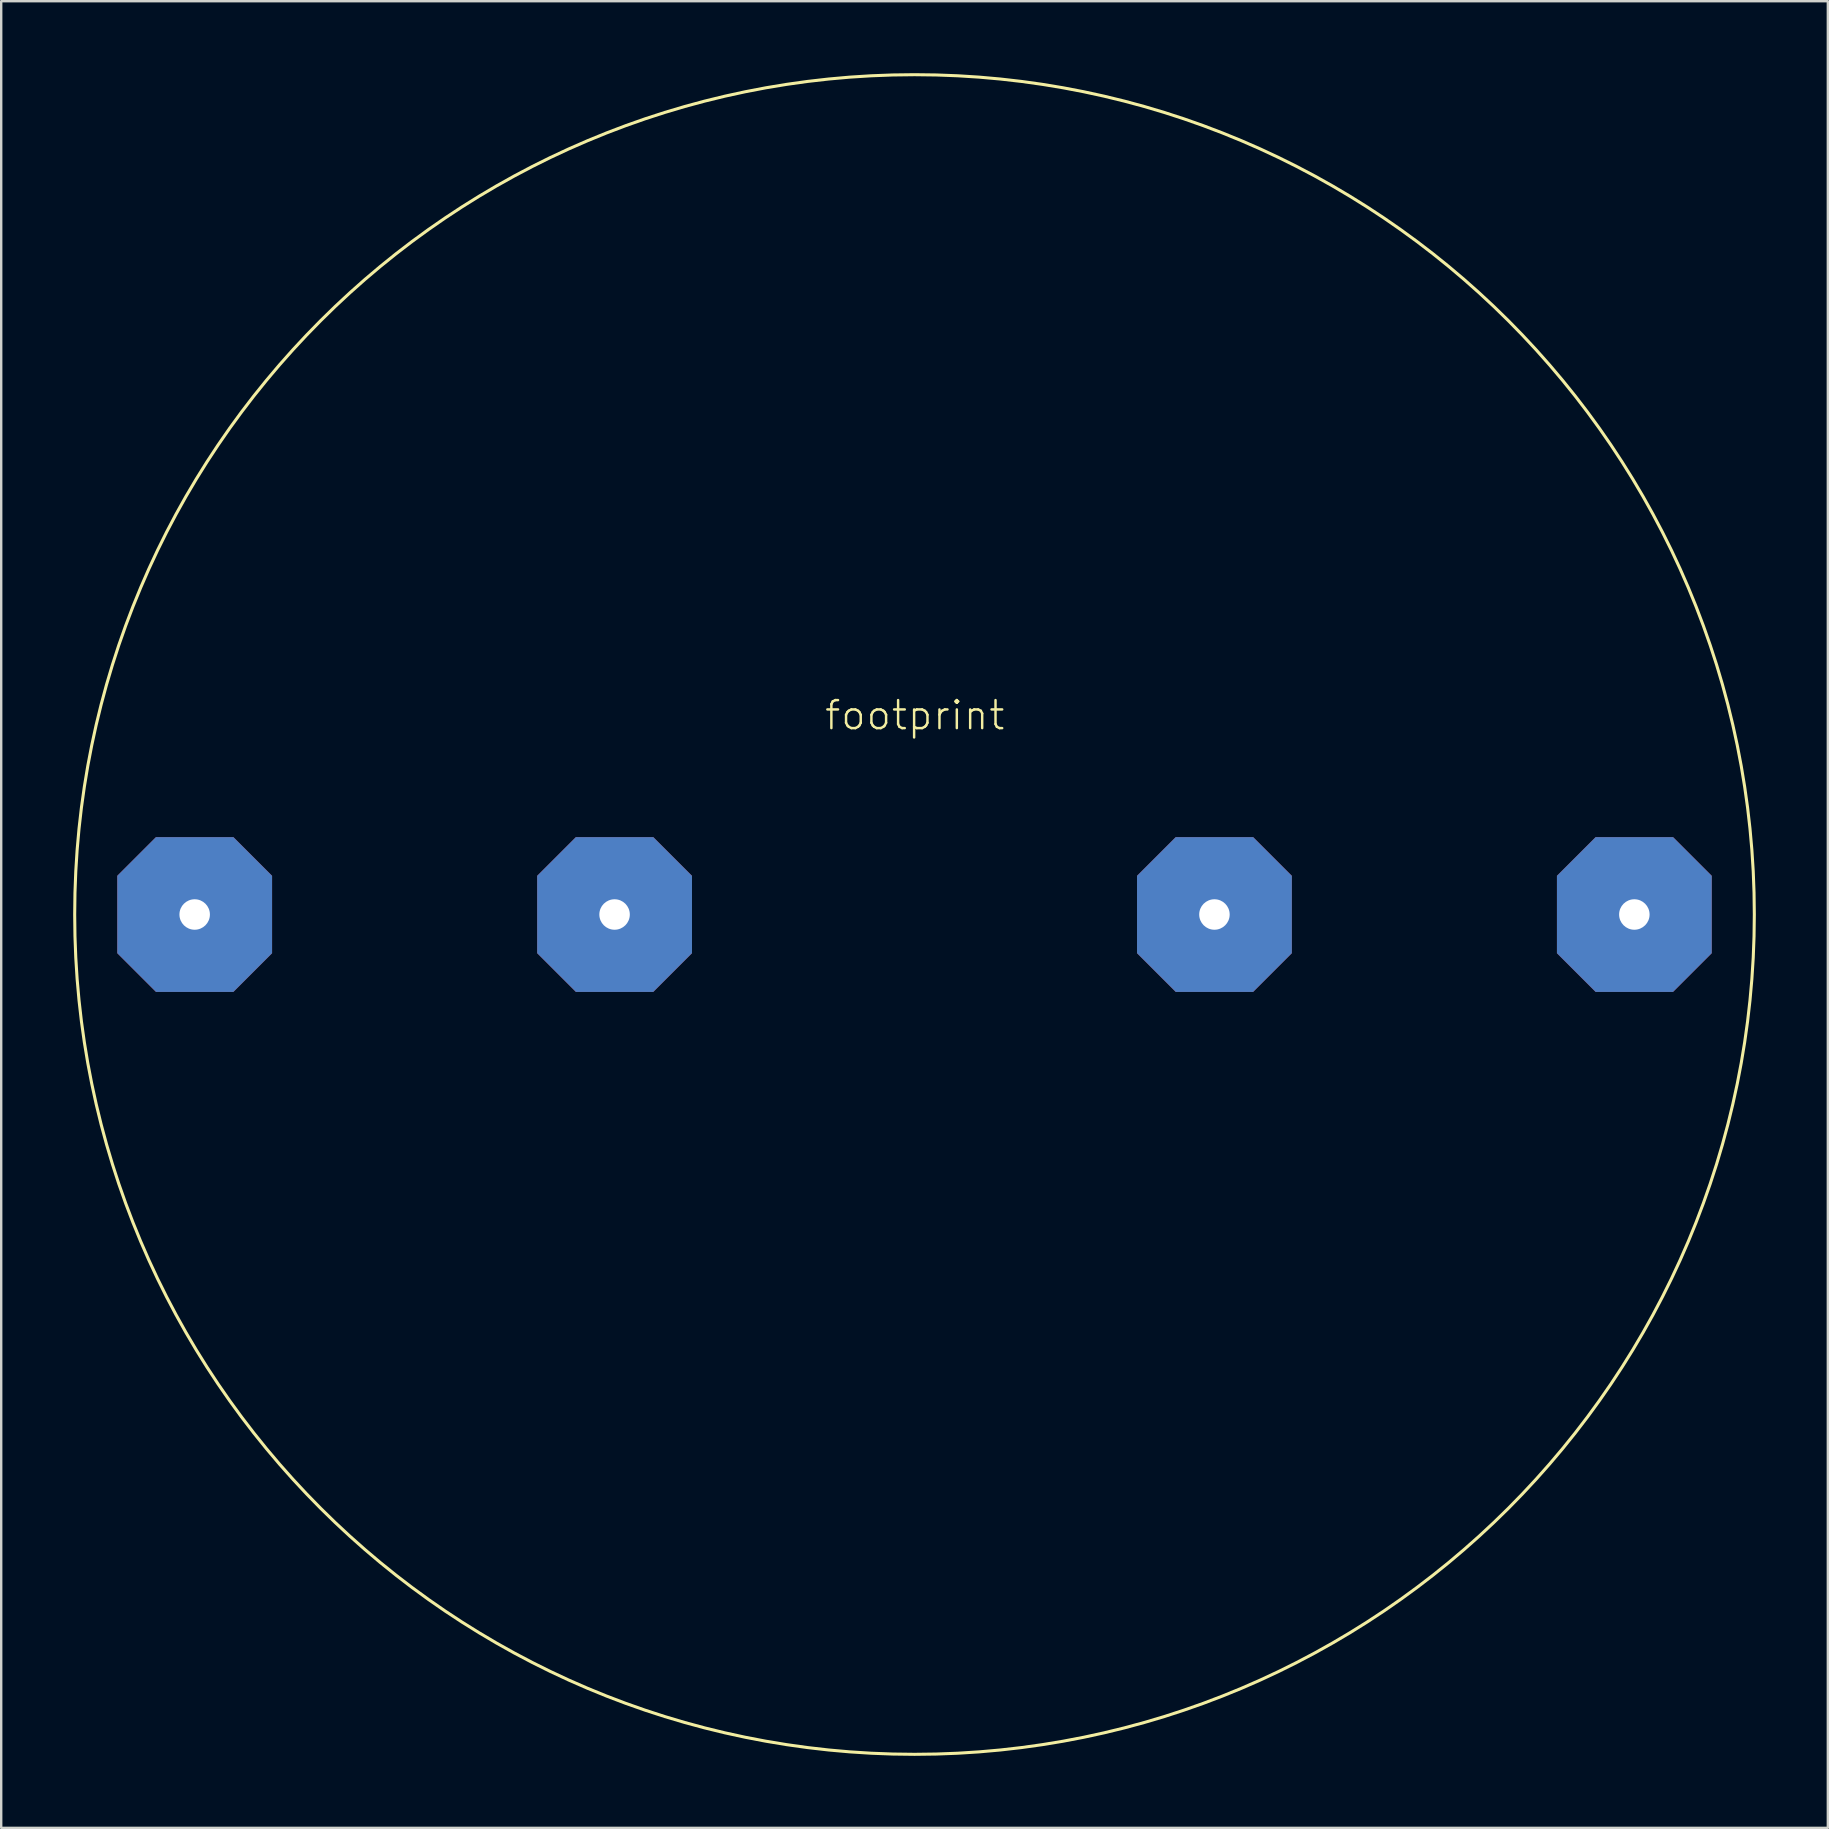
<source format=kicad_pcb>
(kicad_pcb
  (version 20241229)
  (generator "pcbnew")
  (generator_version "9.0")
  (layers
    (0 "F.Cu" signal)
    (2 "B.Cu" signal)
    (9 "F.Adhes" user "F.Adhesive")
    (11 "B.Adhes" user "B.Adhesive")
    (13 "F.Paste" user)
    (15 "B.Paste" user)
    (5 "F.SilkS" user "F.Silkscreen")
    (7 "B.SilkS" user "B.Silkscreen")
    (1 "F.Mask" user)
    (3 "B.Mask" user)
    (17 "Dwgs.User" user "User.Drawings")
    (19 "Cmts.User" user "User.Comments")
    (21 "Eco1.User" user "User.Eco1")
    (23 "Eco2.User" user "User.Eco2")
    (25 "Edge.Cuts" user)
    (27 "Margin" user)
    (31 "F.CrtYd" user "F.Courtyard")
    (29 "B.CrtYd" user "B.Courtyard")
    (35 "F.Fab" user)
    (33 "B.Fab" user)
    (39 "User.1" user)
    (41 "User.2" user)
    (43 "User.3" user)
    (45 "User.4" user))
  (footprint "footprint"
    (layer "F.Cu")
    (at 35.063 35.063)
    (property "Reference" "footprint" (at -3.81 -7.62 0) (layer "F.SilkS") (effects (font (size 1.168 1.168) (thickness 0.102)) (justify left bottom)))
    (fp_circle (center 0 0) (end 35 0) (stroke (width 0.127) (type solid)) (fill no) (layer "F.SilkS"))
    (pad "1" thru_hole roundrect (at -12.5 0) (size 6.452 6.452) (drill 1.27) (layers "*.Cu" "*.Mask") (roundrect_rratio 0.25) (chamfer_ratio 0.25) (chamfer top_left top_right bottom_left bottom_right))
    (pad "2" thru_hole roundrect (at -30 0) (size 6.452 6.452) (drill 1.27) (layers "*.Cu" "*.Mask") (roundrect_rratio 0.25) (chamfer_ratio 0.25) (chamfer top_left top_right bottom_left bottom_right))
    (pad "3" thru_hole roundrect (at 12.5 0) (size 6.452 6.452) (drill 1.27) (layers "*.Cu" "*.Mask") (roundrect_rratio 0.25) (chamfer_ratio 0.25) (chamfer top_left top_right bottom_left bottom_right))
    (pad "4" thru_hole roundrect (at 30 0) (size 6.452 6.452) (drill 1.27) (layers "*.Cu" "*.Mask") (roundrect_rratio 0.25) (chamfer_ratio 0.25) (chamfer top_left top_right bottom_left bottom_right)))
  (gr_rect
    (start -3 -3)
    (end 73.127 73.127)
    (stroke (width 0.1) (type default))
    (fill no)
    (layer "Edge.Cuts")))
</source>
